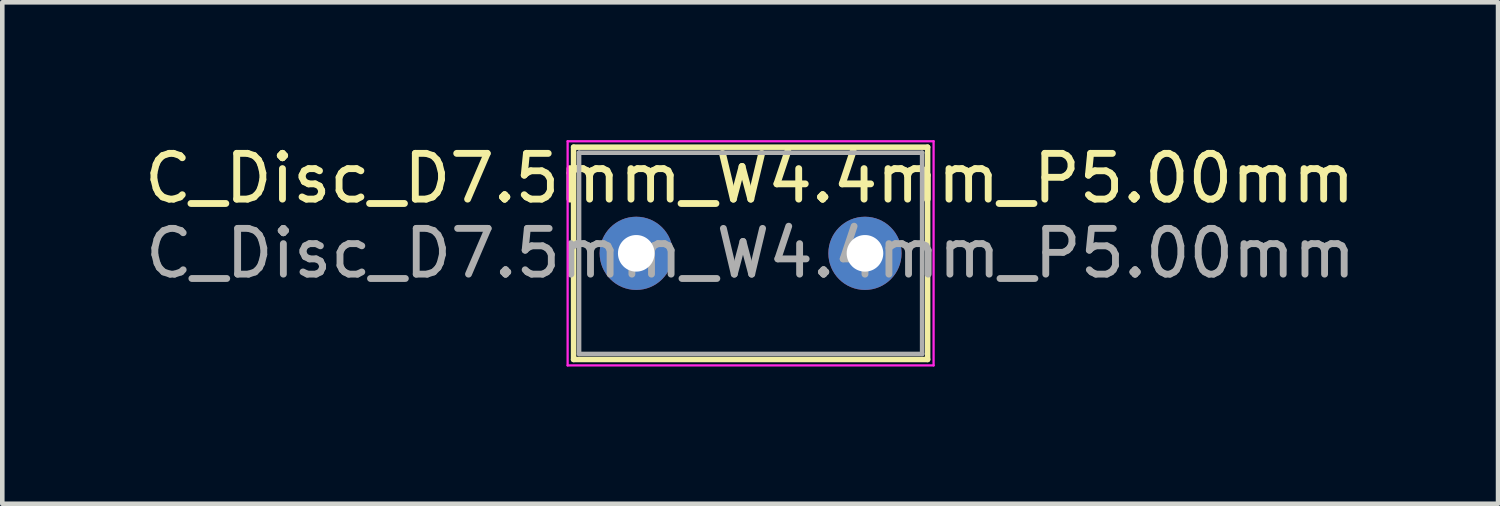
<source format=kicad_pcb>
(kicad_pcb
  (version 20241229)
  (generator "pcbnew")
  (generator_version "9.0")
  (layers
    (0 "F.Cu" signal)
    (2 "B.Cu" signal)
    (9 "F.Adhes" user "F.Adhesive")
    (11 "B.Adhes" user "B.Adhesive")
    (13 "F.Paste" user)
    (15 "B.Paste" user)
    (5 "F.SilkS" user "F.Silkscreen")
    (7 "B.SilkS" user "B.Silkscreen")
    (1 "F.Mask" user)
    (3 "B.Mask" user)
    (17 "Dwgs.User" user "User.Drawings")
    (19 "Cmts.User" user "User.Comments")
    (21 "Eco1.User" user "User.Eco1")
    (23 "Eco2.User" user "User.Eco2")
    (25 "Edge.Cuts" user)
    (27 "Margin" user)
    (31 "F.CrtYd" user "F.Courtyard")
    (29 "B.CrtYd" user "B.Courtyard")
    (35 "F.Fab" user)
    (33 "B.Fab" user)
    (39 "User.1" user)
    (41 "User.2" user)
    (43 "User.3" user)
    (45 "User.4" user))
  (footprint "C_Disc_D7.5mm_W4.4mm_P5.00mm"
    (layer "F.Cu")
    (at 10.859 2.488)
    (property "Reference" "C_Disc_D7.5mm_W4.4mm_P5.00mm" (at 2.48 -1.64 180) (layer "F.SilkS") (effects (font (size 1 1) (thickness 0.15))))
    (attr through_hole)
    (fp_line (start -1.37 -2.321) (end -1.37 2.321) (stroke (width 0.12) (type solid)) (layer "F.SilkS"))
    (fp_line (start -1.37 -2.321) (end 6.37 -2.321) (stroke (width 0.12) (type solid)) (layer "F.SilkS"))
    (fp_line (start -1.37 2.321) (end 6.37 2.321) (stroke (width 0.12) (type solid)) (layer "F.SilkS"))
    (fp_line (start 6.37 -2.321) (end 6.37 2.321) (stroke (width 0.12) (type solid)) (layer "F.SilkS"))
    (fp_line (start -1.5 -2.45) (end -1.5 2.45) (stroke (width 0.05) (type solid)) (layer "F.CrtYd"))
    (fp_line (start -1.5 2.45) (end 6.5 2.45) (stroke (width 0.05) (type solid)) (layer "F.CrtYd"))
    (fp_line (start 6.5 -2.45) (end -1.5 -2.45) (stroke (width 0.05) (type solid)) (layer "F.CrtYd"))
    (fp_line (start 6.5 2.45) (end 6.5 -2.45) (stroke (width 0.05) (type solid)) (layer "F.CrtYd"))
    (fp_line (start -1.25 -2.2) (end -1.25 2.2) (stroke (width 0.1) (type solid)) (layer "F.Fab"))
    (fp_line (start -1.25 2.2) (end 6.25 2.2) (stroke (width 0.1) (type solid)) (layer "F.Fab"))
    (fp_line (start 6.25 -2.2) (end -1.25 -2.2) (stroke (width 0.1) (type solid)) (layer "F.Fab"))
    (fp_line (start 6.25 2.2) (end 6.25 -2.2) (stroke (width 0.1) (type solid)) (layer "F.Fab"))
    (fp_text user "${REFERENCE}" (at 2.5 0 180) (layer "F.Fab") (effects (font (size 1 1) (thickness 0.15))))
    (pad "1" thru_hole circle (at 0 0) (size 1.6 1.6) (drill 0.8) (layers "*.Cu" "*.Mask"))
    (pad "2" thru_hole circle (at 5 0) (size 1.6 1.6) (drill 0.8) (layers "*.Cu" "*.Mask")))
  (gr_rect
    (start -3 -3)
    (end 29.699 7.963)
    (stroke (width 0.1) (type default))
    (fill no)
    (layer "Edge.Cuts")))
</source>
